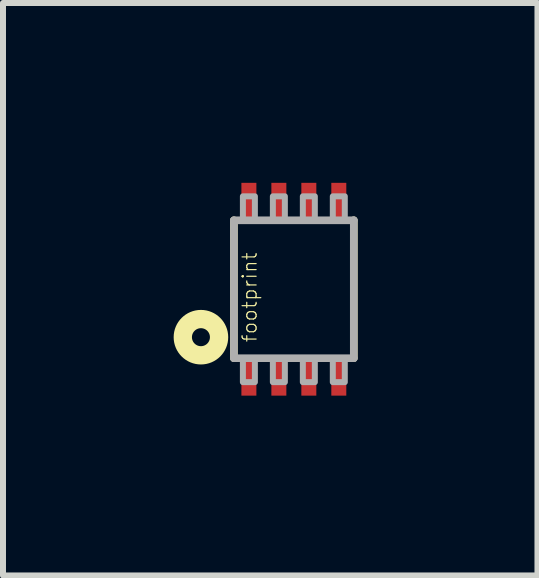
<source format=kicad_pcb>
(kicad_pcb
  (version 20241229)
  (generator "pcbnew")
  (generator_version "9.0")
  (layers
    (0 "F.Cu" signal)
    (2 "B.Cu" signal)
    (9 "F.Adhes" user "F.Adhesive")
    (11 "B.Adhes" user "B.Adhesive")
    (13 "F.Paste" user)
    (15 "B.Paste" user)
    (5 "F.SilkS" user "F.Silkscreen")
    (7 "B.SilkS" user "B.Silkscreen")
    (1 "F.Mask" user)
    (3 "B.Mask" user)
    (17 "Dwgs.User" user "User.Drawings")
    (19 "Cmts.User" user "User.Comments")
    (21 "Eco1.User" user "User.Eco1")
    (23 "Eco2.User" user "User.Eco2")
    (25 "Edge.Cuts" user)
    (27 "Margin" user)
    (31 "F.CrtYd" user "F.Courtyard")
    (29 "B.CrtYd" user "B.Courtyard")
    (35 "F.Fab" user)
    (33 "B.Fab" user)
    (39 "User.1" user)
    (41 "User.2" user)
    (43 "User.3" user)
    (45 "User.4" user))
  (footprint "footprint"
    (layer "F.Cu")
    (at 1.852 1.775)
    (property "Reference" "footprint" (at -0.6 0.9 90) (layer "F.SilkS") (effects (font (size 0.234 0.234) (thickness 0.02)) (justify left bottom)))
    (fp_line (start -1 1.15) (end -1 -1.15) (stroke (width 0.127) (type solid)) (layer "F.SilkS"))
    (fp_line (start 1 1.15) (end 1 -1.15) (stroke (width 0.127) (type solid)) (layer "F.SilkS"))
    (fp_circle (center -1.55 0.8) (end -1.4 0.8) (stroke (width 0.305) (type solid)) (fill no) (layer "F.SilkS"))
    (fp_line (start -1 -1.15) (end 1 -1.15) (stroke (width 0.127) (type solid)) (layer "F.Fab"))
    (fp_line (start -1 1.15) (end -1 -1.15) (stroke (width 0.127) (type solid)) (layer "F.Fab"))
    (fp_line (start 1 -1.15) (end 1 1.15) (stroke (width 0.127) (type solid)) (layer "F.Fab"))
    (fp_line (start 1 1.15) (end -1 1.15) (stroke (width 0.127) (type solid)) (layer "F.Fab"))
    (fp_poly (pts (xy -0.85 -1.15) (xy -0.65 -1.15) (xy -0.65 -1.55) (xy -0.85 -1.55)) (stroke (width 0.1) (type solid)) (fill no) (layer "F.Fab"))
    (fp_poly (pts (xy -0.85 1.55) (xy -0.65 1.55) (xy -0.65 1.15) (xy -0.85 1.15)) (stroke (width 0.1) (type solid)) (fill no) (layer "F.Fab"))
    (fp_poly (pts (xy -0.35 -1.15) (xy -0.15 -1.15) (xy -0.15 -1.55) (xy -0.35 -1.55)) (stroke (width 0.1) (type solid)) (fill no) (layer "F.Fab"))
    (fp_poly (pts (xy -0.35 1.55) (xy -0.15 1.55) (xy -0.15 1.15) (xy -0.35 1.15)) (stroke (width 0.1) (type solid)) (fill no) (layer "F.Fab"))
    (fp_poly (pts (xy 0.15 -1.15) (xy 0.35 -1.15) (xy 0.35 -1.55) (xy 0.15 -1.55)) (stroke (width 0.1) (type solid)) (fill no) (layer "F.Fab"))
    (fp_poly (pts (xy 0.15 1.55) (xy 0.35 1.55) (xy 0.35 1.15) (xy 0.15 1.15)) (stroke (width 0.1) (type solid)) (fill no) (layer "F.Fab"))
    (fp_poly (pts (xy 0.65 -1.15) (xy 0.85 -1.15) (xy 0.85 -1.55) (xy 0.65 -1.55)) (stroke (width 0.1) (type solid)) (fill no) (layer "F.Fab"))
    (fp_poly (pts (xy 0.65 1.55) (xy 0.85 1.55) (xy 0.85 1.15) (xy 0.65 1.15)) (stroke (width 0.1) (type solid)) (fill no) (layer "F.Fab"))
    (pad "P$1" smd rect (at -0.75 1.45 90) (size 0.65 0.25) (layers "F.Cu" "F.Mask" "F.Paste"))
    (pad "P$2" smd rect (at -0.25 1.45 90) (size 0.65 0.25) (layers "F.Cu" "F.Mask" "F.Paste"))
    (pad "P$3" smd rect (at 0.25 1.45 90) (size 0.65 0.25) (layers "F.Cu" "F.Mask" "F.Paste"))
    (pad "P$4" smd rect (at 0.75 1.45 90) (size 0.65 0.25) (layers "F.Cu" "F.Mask" "F.Paste"))
    (pad "P$5" smd rect (at 0.75 -1.45 270) (size 0.65 0.25) (layers "F.Cu" "F.Mask" "F.Paste"))
    (pad "P$6" smd rect (at 0.25 -1.45 270) (size 0.65 0.25) (layers "F.Cu" "F.Mask" "F.Paste"))
    (pad "P$7" smd rect (at -0.25 -1.45 270) (size 0.65 0.25) (layers "F.Cu" "F.Mask" "F.Paste"))
    (pad "P$8" smd rect (at -0.75 -1.45 270) (size 0.65 0.25) (layers "F.Cu" "F.Mask" "F.Paste")))
  (gr_rect
    (start -3 -3)
    (end 5.916 6.55)
    (stroke (width 0.1) (type default))
    (fill no)
    (layer "Edge.Cuts")))
</source>
